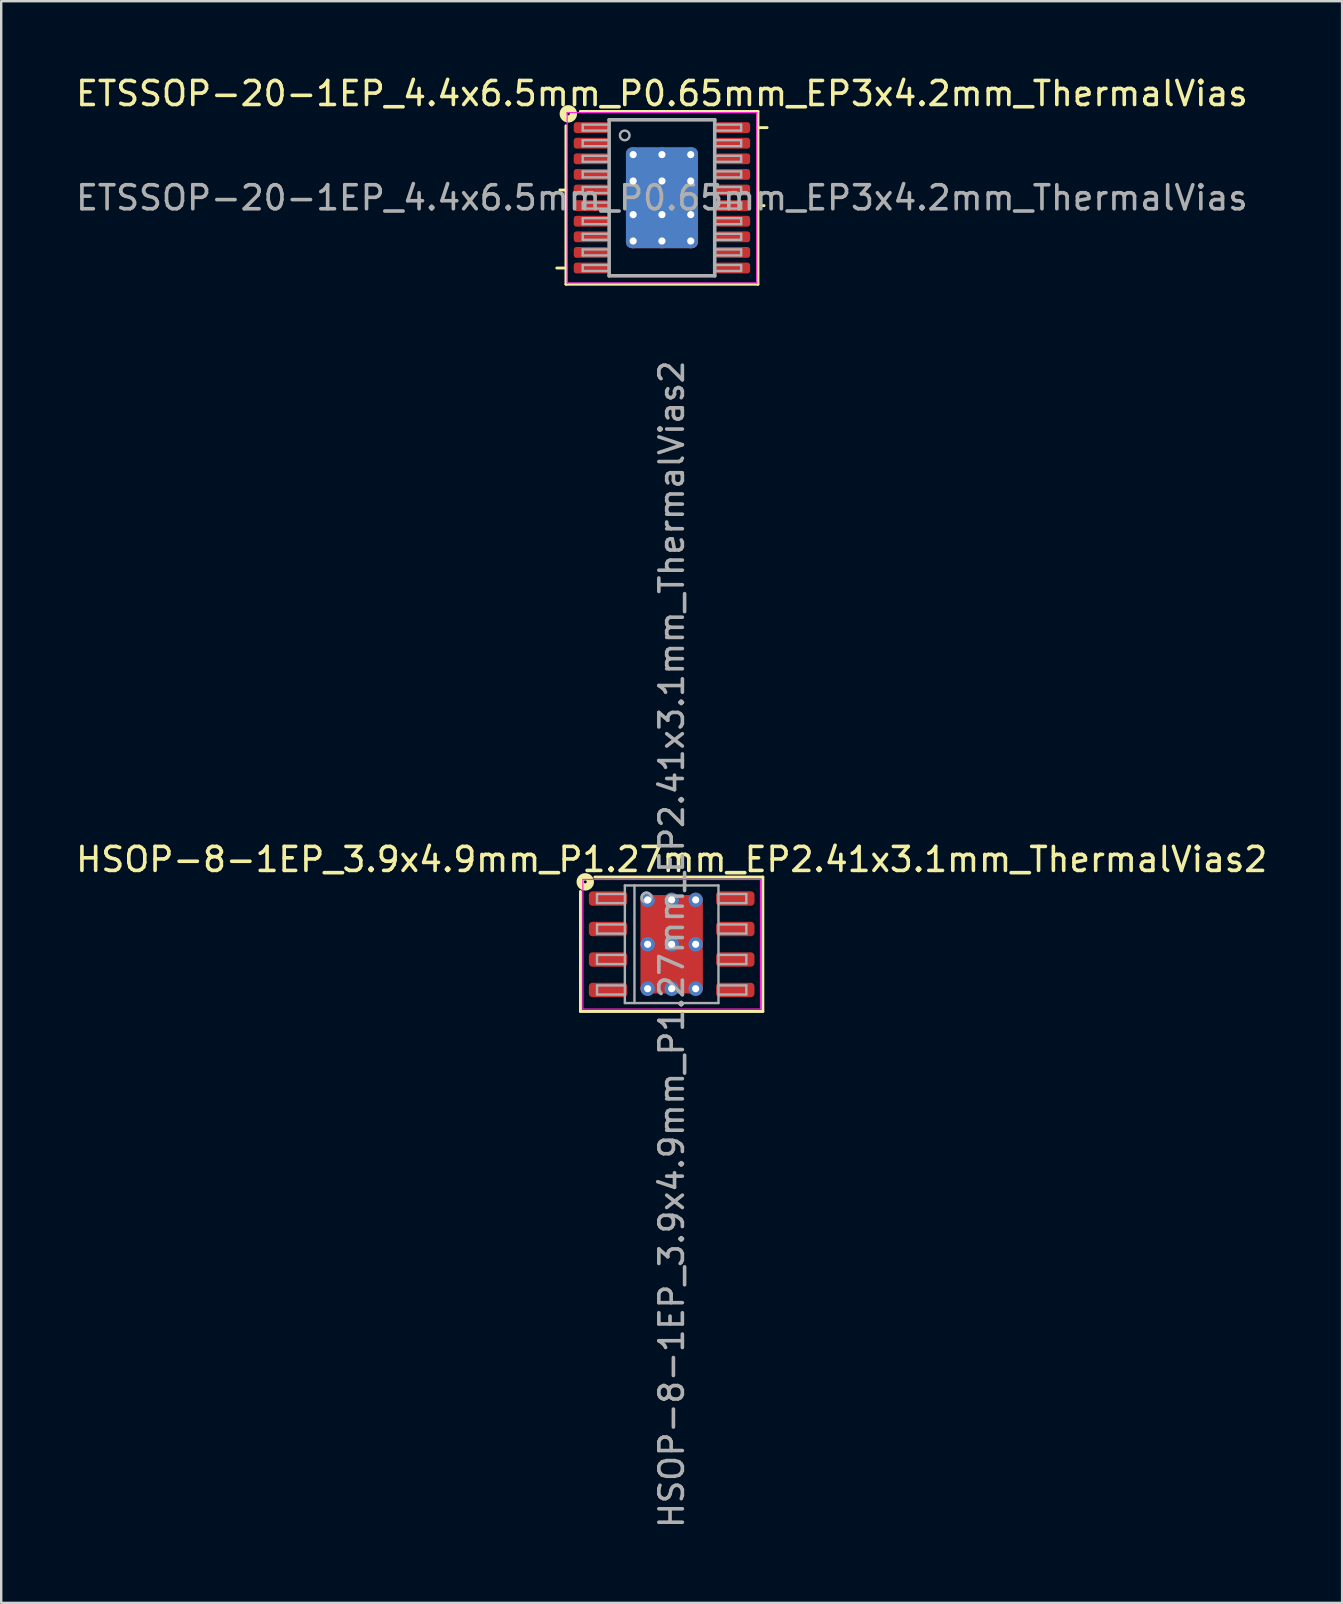
<source format=kicad_pcb>
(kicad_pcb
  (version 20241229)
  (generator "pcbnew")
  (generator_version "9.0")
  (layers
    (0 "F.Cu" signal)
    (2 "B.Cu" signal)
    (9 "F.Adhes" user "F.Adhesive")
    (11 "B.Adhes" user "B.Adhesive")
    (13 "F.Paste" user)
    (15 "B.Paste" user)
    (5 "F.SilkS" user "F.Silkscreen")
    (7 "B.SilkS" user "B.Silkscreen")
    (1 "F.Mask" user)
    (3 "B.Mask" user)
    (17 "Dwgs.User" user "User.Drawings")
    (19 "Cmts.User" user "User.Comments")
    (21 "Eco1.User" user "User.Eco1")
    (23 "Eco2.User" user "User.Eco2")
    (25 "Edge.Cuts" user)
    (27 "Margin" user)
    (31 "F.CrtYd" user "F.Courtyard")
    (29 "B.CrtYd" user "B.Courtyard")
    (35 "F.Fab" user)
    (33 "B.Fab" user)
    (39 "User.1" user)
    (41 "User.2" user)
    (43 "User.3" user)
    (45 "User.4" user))
  (footprint "HSOP-8-1EP_3.9x4.9mm_P1.27mm_EP2.41x3.1mm_ThermalVias2"
    (layer "F.Cu")
    (at 24.935 36.293)
    (property "Reference" "HSOP-8-1EP_3.9x4.9mm_P1.27mm_EP2.41x3.1mm_ThermalVias2" (at 0 -3.533 0) (layer "F.SilkS") (effects (font (size 1 1) (thickness 0.15))))
    (attr smd)
    (fp_line (start -3.8 2.8) (end -3.8 -2.2) (stroke (width 0.12) (type solid)) (layer "F.SilkS"))
    (fp_line (start -3.2 -2.8) (end 3.8 -2.8) (stroke (width 0.12) (type solid)) (layer "F.SilkS"))
    (fp_line (start 3.8 -2.8) (end 3.8 2.8) (stroke (width 0.12) (type solid)) (layer "F.SilkS"))
    (fp_line (start 3.8 2.8) (end -3.8 2.8) (stroke (width 0.12) (type solid)) (layer "F.SilkS"))
    (fp_circle (center -3.6 -2.6) (end -3.537 -2.6) (stroke (width 0.3) (type solid)) (fill no) (layer "F.SilkS"))
    (fp_line (start -3.7 -2.7) (end -3.7 2.7) (stroke (width 0.05) (type solid)) (layer "F.CrtYd"))
    (fp_line (start -3.7 2.7) (end 3.7 2.7) (stroke (width 0.05) (type solid)) (layer "F.CrtYd"))
    (fp_line (start 3.7 -2.7) (end -3.7 -2.7) (stroke (width 0.05) (type solid)) (layer "F.CrtYd"))
    (fp_line (start 3.7 2.7) (end 3.7 -2.7) (stroke (width 0.05) (type solid)) (layer "F.CrtYd"))
    (fp_line (start -3.111 -2.095) (end -3.111 -1.714) (stroke (width 0.1) (type solid)) (layer "F.Fab"))
    (fp_line (start -3.111 -2.095) (end -1.968 -2.095) (stroke (width 0.1) (type solid)) (layer "F.Fab"))
    (fp_line (start -3.111 -1.714) (end -1.968 -1.714) (stroke (width 0.1) (type solid)) (layer "F.Fab"))
    (fp_line (start -3.111 -0.826) (end -3.111 -0.445) (stroke (width 0.1) (type solid)) (layer "F.Fab"))
    (fp_line (start -3.111 -0.826) (end -1.968 -0.826) (stroke (width 0.1) (type solid)) (layer "F.Fab"))
    (fp_line (start -3.111 -0.445) (end -1.968 -0.445) (stroke (width 0.1) (type solid)) (layer "F.Fab"))
    (fp_line (start -3.111 0.445) (end -3.111 0.826) (stroke (width 0.1) (type solid)) (layer "F.Fab"))
    (fp_line (start -3.111 0.445) (end -1.968 0.445) (stroke (width 0.1) (type solid)) (layer "F.Fab"))
    (fp_line (start -3.111 0.826) (end -1.968 0.826) (stroke (width 0.1) (type solid)) (layer "F.Fab"))
    (fp_line (start -3.111 1.714) (end -3.111 2.095) (stroke (width 0.1) (type solid)) (layer "F.Fab"))
    (fp_line (start -3.111 1.714) (end -1.968 1.714) (stroke (width 0.1) (type solid)) (layer "F.Fab"))
    (fp_line (start -3.111 2.095) (end -1.968 2.095) (stroke (width 0.1) (type solid)) (layer "F.Fab"))
    (fp_line (start -1.95 -2.45) (end 1.95 -2.45) (stroke (width 0.1) (type solid)) (layer "F.Fab"))
    (fp_line (start -1.95 2.45) (end -1.95 -2.45) (stroke (width 0.1) (type solid)) (layer "F.Fab"))
    (fp_line (start -1.55 -2.45) (end -1.55 2.45) (stroke (width 0.1) (type solid)) (layer "F.Fab"))
    (fp_line (start 1.95 -2.45) (end 1.95 2.45) (stroke (width 0.1) (type solid)) (layer "F.Fab"))
    (fp_line (start 1.95 2.45) (end -1.95 2.45) (stroke (width 0.1) (type solid)) (layer "F.Fab"))
    (fp_line (start 3.111 -2.095) (end 1.968 -2.095) (stroke (width 0.1) (type solid)) (layer "F.Fab"))
    (fp_line (start 3.111 -1.714) (end 1.968 -1.714) (stroke (width 0.1) (type solid)) (layer "F.Fab"))
    (fp_line (start 3.111 -1.714) (end 3.111 -2.095) (stroke (width 0.1) (type solid)) (layer "F.Fab"))
    (fp_line (start 3.111 -0.826) (end 1.968 -0.826) (stroke (width 0.1) (type solid)) (layer "F.Fab"))
    (fp_line (start 3.111 -0.445) (end 1.968 -0.445) (stroke (width 0.1) (type solid)) (layer "F.Fab"))
    (fp_line (start 3.111 -0.445) (end 3.111 -0.826) (stroke (width 0.1) (type solid)) (layer "F.Fab"))
    (fp_line (start 3.111 0.445) (end 1.968 0.445) (stroke (width 0.1) (type solid)) (layer "F.Fab"))
    (fp_line (start 3.111 0.826) (end 1.968 0.826) (stroke (width 0.1) (type solid)) (layer "F.Fab"))
    (fp_line (start 3.111 0.826) (end 3.111 0.445) (stroke (width 0.1) (type solid)) (layer "F.Fab"))
    (fp_line (start 3.111 1.714) (end 1.968 1.714) (stroke (width 0.1) (type solid)) (layer "F.Fab"))
    (fp_line (start 3.111 2.095) (end 1.968 2.095) (stroke (width 0.1) (type solid)) (layer "F.Fab"))
    (fp_line (start 3.111 2.095) (end 3.111 1.714) (stroke (width 0.1) (type solid)) (layer "F.Fab"))
    (fp_circle (center -1.05 -1.95) (end -0.85 -1.95) (stroke (width 0.1) (type solid)) (fill no) (layer "F.Fab"))
    (fp_circle (center -1.05 -1.95) (end -0.85 -1.95) (stroke (width 0.1) (type solid)) (fill no) (layer "F.Fab"))
    (fp_text user "${REFERENCE}" (at 0 0 90) (layer "F.Fab") (effects (font (size 0.98 0.98) (thickness 0.15))))
    (pad "" smd roundrect (at -0.575 -0.925) (size 0.95 0.95) (layers "F.Paste") (roundrect_rratio 0.25))
    (pad "" smd roundrect (at -0.575 0.925) (size 0.95 0.95) (layers "F.Paste") (roundrect_rratio 0.25))
    (pad "" smd roundrect (at 0 -0.925) (size 2.4 1.25) (layers "F.Mask") (roundrect_rratio 0.2))
    (pad "" smd roundrect (at 0 0.925) (size 2.4 1.25) (layers "F.Mask") (roundrect_rratio 0.2))
    (pad "" smd roundrect (at 0.575 -0.925) (size 0.95 0.95) (layers "F.Paste") (roundrect_rratio 0.25))
    (pad "" smd roundrect (at 0.575 0.925) (size 0.95 0.95) (layers "F.Paste") (roundrect_rratio 0.25))
    (pad "1" smd roundrect (at -2.65 -1.905) (size 1.6 0.6) (layers "F.Cu" "F.Mask" "F.Paste") (roundrect_rratio 0.25))
    (pad "2" smd roundrect (at -2.65 -0.635) (size 1.6 0.6) (layers "F.Cu" "F.Mask" "F.Paste") (roundrect_rratio 0.25))
    (pad "3" smd roundrect (at -2.65 0.635) (size 1.6 0.6) (layers "F.Cu" "F.Mask" "F.Paste") (roundrect_rratio 0.25))
    (pad "4" smd roundrect (at -2.65 1.905) (size 1.6 0.6) (layers "F.Cu" "F.Mask" "F.Paste") (roundrect_rratio 0.25))
    (pad "5" smd roundrect (at 2.65 1.905) (size 1.6 0.6) (layers "F.Cu" "F.Mask" "F.Paste") (roundrect_rratio 0.25))
    (pad "6" smd roundrect (at 2.65 0.635) (size 1.6 0.6) (layers "F.Cu" "F.Mask" "F.Paste") (roundrect_rratio 0.25))
    (pad "7" smd roundrect (at 2.65 -0.635) (size 1.6 0.6) (layers "F.Cu" "F.Mask" "F.Paste") (roundrect_rratio 0.25))
    (pad "8" smd roundrect (at 2.65 -1.905) (size 1.6 0.6) (layers "F.Cu" "F.Mask" "F.Paste") (roundrect_rratio 0.25))
    (pad "9" thru_hole circle (at -1 -1.85) (size 0.6 0.6) (drill 0.3) (property pad_prop_heatsink) (layers "*.Cu" "*.Mask"))
    (pad "9" thru_hole circle (at -1 0) (size 0.6 0.6) (drill 0.3) (property pad_prop_heatsink) (layers "*.Cu" "*.Mask"))
    (pad "9" thru_hole circle (at -1 1.85) (size 0.6 0.6) (drill 0.3) (property pad_prop_heatsink) (layers "*.Cu" "*.Mask"))
    (pad "9" thru_hole circle (at 0 -1.85) (size 0.6 0.6) (drill 0.3) (property pad_prop_heatsink) (layers "*.Cu" "*.Mask"))
    (pad "9" thru_hole circle (at 0 0) (size 0.6 0.6) (drill 0.3) (property pad_prop_heatsink) (layers "*.Cu" "*.Mask"))
    (pad "9" smd roundrect (at 0 0) (size 2.6 4.1) (layers "F.Cu") (roundrect_rratio 0.096))
    (pad "9" thru_hole circle (at 0 1.85) (size 0.6 0.6) (drill 0.3) (property pad_prop_heatsink) (layers "*.Cu" "*.Mask"))
    (pad "9" thru_hole circle (at 1 -1.85) (size 0.6 0.6) (drill 0.3) (property pad_prop_heatsink) (layers "*.Cu" "*.Mask"))
    (pad "9" thru_hole circle (at 1 0) (size 0.6 0.6) (drill 0.3) (property pad_prop_heatsink) (layers "*.Cu" "*.Mask"))
    (pad "9" thru_hole circle (at 1 1.85) (size 0.6 0.6) (drill 0.3) (property pad_prop_heatsink) (layers "*.Cu" "*.Mask")))
  (footprint "ETSSOP-20-1EP_4.4x6.5mm_P0.65mm_EP3x4.2mm_ThermalVias"
    (layer "F.Cu")
    (at 24.53 5.192)
    (property "Reference" "ETSSOP-20-1EP_4.4x6.5mm_P0.65mm_EP3x4.2mm_ThermalVias" (at 0 -4.344 0) (layer "F.SilkS") (effects (font (size 1 1) (thickness 0.15))))
    (attr smd)
    (fp_line (start -4 -0.325) (end -4.254 -0.325) (stroke (width 0.12) (type solid)) (layer "F.SilkS"))
    (fp_line (start -4 2.925) (end -4.381 2.925) (stroke (width 0.12) (type solid)) (layer "F.SilkS"))
    (fp_line (start -4 3.6) (end -4 -3) (stroke (width 0.12) (type solid)) (layer "F.SilkS"))
    (fp_line (start -3.4 -3.6) (end 4 -3.6) (stroke (width 0.12) (type solid)) (layer "F.SilkS"))
    (fp_line (start 4 -3.6) (end 4 3.6) (stroke (width 0.12) (type solid)) (layer "F.SilkS"))
    (fp_line (start 4 -2.925) (end 4.381 -2.925) (stroke (width 0.12) (type solid)) (layer "F.SilkS"))
    (fp_line (start 4 0.325) (end 4.254 0.325) (stroke (width 0.12) (type solid)) (layer "F.SilkS"))
    (fp_line (start 4 3.6) (end -4 3.6) (stroke (width 0.12) (type solid)) (layer "F.SilkS"))
    (fp_circle (center -3.9 -3.5) (end -3.837 -3.5) (stroke (width 0.3) (type solid)) (fill no) (layer "F.SilkS"))
    (fp_line (start -3.95 -3.55) (end -3.95 3.55) (stroke (width 0.05) (type solid)) (layer "F.CrtYd"))
    (fp_line (start -3.95 -3.55) (end 3.95 -3.55) (stroke (width 0.05) (type solid)) (layer "F.CrtYd"))
    (fp_line (start -3.95 3.55) (end 3.95 3.55) (stroke (width 0.05) (type solid)) (layer "F.CrtYd"))
    (fp_line (start 3.95 -3.55) (end 3.95 3.55) (stroke (width 0.05) (type solid)) (layer "F.CrtYd"))
    (fp_line (start -3.3 -3.05) (end -3.3 -2.8) (stroke (width 0.1) (type solid)) (layer "F.Fab"))
    (fp_line (start -3.3 -3.05) (end -2.2 -3.05) (stroke (width 0.1) (type solid)) (layer "F.Fab"))
    (fp_line (start -3.3 -2.8) (end -2.2 -2.8) (stroke (width 0.1) (type solid)) (layer "F.Fab"))
    (fp_line (start -3.3 -2.4) (end -3.3 -2.15) (stroke (width 0.1) (type solid)) (layer "F.Fab"))
    (fp_line (start -3.3 -2.4) (end -2.2 -2.4) (stroke (width 0.1) (type solid)) (layer "F.Fab"))
    (fp_line (start -3.3 -2.15) (end -2.2 -2.15) (stroke (width 0.1) (type solid)) (layer "F.Fab"))
    (fp_line (start -3.3 -1.75) (end -3.3 -1.5) (stroke (width 0.1) (type solid)) (layer "F.Fab"))
    (fp_line (start -3.3 -1.75) (end -2.2 -1.75) (stroke (width 0.1) (type solid)) (layer "F.Fab"))
    (fp_line (start -3.3 -1.5) (end -2.2 -1.5) (stroke (width 0.1) (type solid)) (layer "F.Fab"))
    (fp_line (start -3.3 -1.1) (end -3.3 -0.85) (stroke (width 0.1) (type solid)) (layer "F.Fab"))
    (fp_line (start -3.3 -1.1) (end -2.2 -1.1) (stroke (width 0.1) (type solid)) (layer "F.Fab"))
    (fp_line (start -3.3 -0.85) (end -2.2 -0.85) (stroke (width 0.1) (type solid)) (layer "F.Fab"))
    (fp_line (start -3.3 -0.45) (end -3.3 -0.2) (stroke (width 0.1) (type solid)) (layer "F.Fab"))
    (fp_line (start -3.3 -0.45) (end -2.2 -0.45) (stroke (width 0.1) (type solid)) (layer "F.Fab"))
    (fp_line (start -3.3 -0.2) (end -2.2 -0.2) (stroke (width 0.1) (type solid)) (layer "F.Fab"))
    (fp_line (start -3.3 0.2) (end -3.3 0.45) (stroke (width 0.1) (type solid)) (layer "F.Fab"))
    (fp_line (start -3.3 0.2) (end -2.2 0.2) (stroke (width 0.1) (type solid)) (layer "F.Fab"))
    (fp_line (start -3.3 0.45) (end -2.2 0.45) (stroke (width 0.1) (type solid)) (layer "F.Fab"))
    (fp_line (start -3.3 0.85) (end -3.3 1.1) (stroke (width 0.1) (type solid)) (layer "F.Fab"))
    (fp_line (start -3.3 0.85) (end -2.2 0.85) (stroke (width 0.1) (type solid)) (layer "F.Fab"))
    (fp_line (start -3.3 1.1) (end -2.2 1.1) (stroke (width 0.1) (type solid)) (layer "F.Fab"))
    (fp_line (start -3.3 1.5) (end -3.3 1.75) (stroke (width 0.1) (type solid)) (layer "F.Fab"))
    (fp_line (start -3.3 1.5) (end -2.2 1.5) (stroke (width 0.1) (type solid)) (layer "F.Fab"))
    (fp_line (start -3.3 1.75) (end -2.2 1.75) (stroke (width 0.1) (type solid)) (layer "F.Fab"))
    (fp_line (start -3.3 2.15) (end -3.3 2.4) (stroke (width 0.1) (type solid)) (layer "F.Fab"))
    (fp_line (start -3.3 2.15) (end -2.2 2.15) (stroke (width 0.1) (type solid)) (layer "F.Fab"))
    (fp_line (start -3.3 2.4) (end -2.2 2.4) (stroke (width 0.1) (type solid)) (layer "F.Fab"))
    (fp_line (start -3.3 2.8) (end -3.3 3.05) (stroke (width 0.1) (type solid)) (layer "F.Fab"))
    (fp_line (start -3.3 2.8) (end -2.2 2.8) (stroke (width 0.1) (type solid)) (layer "F.Fab"))
    (fp_line (start -3.3 3.05) (end -2.2 3.05) (stroke (width 0.1) (type solid)) (layer "F.Fab"))
    (fp_line (start -2.2 -3.25) (end 2.2 -3.25) (stroke (width 0.15) (type solid)) (layer "F.Fab"))
    (fp_line (start -2.2 3.25) (end -2.2 -3.25) (stroke (width 0.15) (type solid)) (layer "F.Fab"))
    (fp_line (start 2.2 -3.25) (end 2.2 3.25) (stroke (width 0.15) (type solid)) (layer "F.Fab"))
    (fp_line (start 2.2 3.25) (end -2.2 3.25) (stroke (width 0.15) (type solid)) (layer "F.Fab"))
    (fp_line (start 3.3 -3.05) (end 2.2 -3.05) (stroke (width 0.1) (type solid)) (layer "F.Fab"))
    (fp_line (start 3.3 -2.8) (end 2.2 -2.8) (stroke (width 0.1) (type solid)) (layer "F.Fab"))
    (fp_line (start 3.3 -2.8) (end 3.3 -3.05) (stroke (width 0.1) (type solid)) (layer "F.Fab"))
    (fp_line (start 3.3 -2.4) (end 2.2 -2.4) (stroke (width 0.1) (type solid)) (layer "F.Fab"))
    (fp_line (start 3.3 -2.15) (end 2.2 -2.15) (stroke (width 0.1) (type solid)) (layer "F.Fab"))
    (fp_line (start 3.3 -2.15) (end 3.3 -2.4) (stroke (width 0.1) (type solid)) (layer "F.Fab"))
    (fp_line (start 3.3 -1.75) (end 2.2 -1.75) (stroke (width 0.1) (type solid)) (layer "F.Fab"))
    (fp_line (start 3.3 -1.5) (end 2.2 -1.5) (stroke (width 0.1) (type solid)) (layer "F.Fab"))
    (fp_line (start 3.3 -1.5) (end 3.3 -1.75) (stroke (width 0.1) (type solid)) (layer "F.Fab"))
    (fp_line (start 3.3 -1.1) (end 2.2 -1.1) (stroke (width 0.1) (type solid)) (layer "F.Fab"))
    (fp_line (start 3.3 -0.85) (end 2.2 -0.85) (stroke (width 0.1) (type solid)) (layer "F.Fab"))
    (fp_line (start 3.3 -0.85) (end 3.3 -1.1) (stroke (width 0.1) (type solid)) (layer "F.Fab"))
    (fp_line (start 3.3 -0.45) (end 2.2 -0.45) (stroke (width 0.1) (type solid)) (layer "F.Fab"))
    (fp_line (start 3.3 -0.2) (end 2.2 -0.2) (stroke (width 0.1) (type solid)) (layer "F.Fab"))
    (fp_line (start 3.3 -0.2) (end 3.3 -0.45) (stroke (width 0.1) (type solid)) (layer "F.Fab"))
    (fp_line (start 3.3 0.2) (end 2.2 0.2) (stroke (width 0.1) (type solid)) (layer "F.Fab"))
    (fp_line (start 3.3 0.45) (end 2.2 0.45) (stroke (width 0.1) (type solid)) (layer "F.Fab"))
    (fp_line (start 3.3 0.45) (end 3.3 0.2) (stroke (width 0.1) (type solid)) (layer "F.Fab"))
    (fp_line (start 3.3 0.85) (end 2.2 0.85) (stroke (width 0.1) (type solid)) (layer "F.Fab"))
    (fp_line (start 3.3 1.1) (end 2.2 1.1) (stroke (width 0.1) (type solid)) (layer "F.Fab"))
    (fp_line (start 3.3 1.1) (end 3.3 0.85) (stroke (width 0.1) (type solid)) (layer "F.Fab"))
    (fp_line (start 3.3 1.5) (end 2.2 1.5) (stroke (width 0.1) (type solid)) (layer "F.Fab"))
    (fp_line (start 3.3 1.75) (end 2.2 1.75) (stroke (width 0.1) (type solid)) (layer "F.Fab"))
    (fp_line (start 3.3 1.75) (end 3.3 1.5) (stroke (width 0.1) (type solid)) (layer "F.Fab"))
    (fp_line (start 3.3 2.15) (end 2.2 2.15) (stroke (width 0.1) (type solid)) (layer "F.Fab"))
    (fp_line (start 3.3 2.4) (end 2.2 2.4) (stroke (width 0.1) (type solid)) (layer "F.Fab"))
    (fp_line (start 3.3 2.4) (end 3.3 2.15) (stroke (width 0.1) (type solid)) (layer "F.Fab"))
    (fp_line (start 3.3 2.8) (end 2.2 2.8) (stroke (width 0.1) (type solid)) (layer "F.Fab"))
    (fp_line (start 3.3 3.05) (end 2.2 3.05) (stroke (width 0.1) (type solid)) (layer "F.Fab"))
    (fp_line (start 3.3 3.05) (end 3.3 2.8) (stroke (width 0.1) (type solid)) (layer "F.Fab"))
    (fp_circle (center -1.55 -2.6) (end -1.35 -2.6) (stroke (width 0.1) (type solid)) (fill no) (layer "F.Fab"))
    (fp_text user "${REFERENCE}" (at 0 0 0) (layer "F.Fab") (effects (font (size 1 1) (thickness 0.15))))
    (pad "" smd roundrect (at -0.75 -1.4) (size 1.2 1.14) (layers "F.Paste") (roundrect_rratio 0.219))
    (pad "" smd roundrect (at -0.75 0) (size 1.2 1.14) (layers "F.Paste") (roundrect_rratio 0.219))
    (pad "" smd roundrect (at -0.75 1.4) (size 1.2 1.14) (layers "F.Paste") (roundrect_rratio 0.219))
    (pad "" smd roundrect (at 0.75 -1.4) (size 1.2 1.14) (layers "F.Paste") (roundrect_rratio 0.219))
    (pad "" smd roundrect (at 0.75 0) (size 1.2 1.14) (layers "F.Paste") (roundrect_rratio 0.219))
    (pad "" smd roundrect (at 0.75 1.4) (size 1.2 1.14) (layers "F.Paste") (roundrect_rratio 0.219))
    (pad "1" smd roundrect (at -2.95 -2.925) (size 1.45 0.45) (layers "F.Cu" "F.Mask" "F.Paste") (roundrect_rratio 0.25))
    (pad "2" smd roundrect (at -2.95 -2.275) (size 1.45 0.45) (layers "F.Cu" "F.Mask" "F.Paste") (roundrect_rratio 0.25))
    (pad "3" smd roundrect (at -2.95 -1.625) (size 1.45 0.45) (layers "F.Cu" "F.Mask" "F.Paste") (roundrect_rratio 0.25))
    (pad "4" smd roundrect (at -2.95 -0.975) (size 1.45 0.45) (layers "F.Cu" "F.Mask" "F.Paste") (roundrect_rratio 0.25))
    (pad "5" smd roundrect (at -2.95 -0.325) (size 1.45 0.45) (layers "F.Cu" "F.Mask" "F.Paste") (roundrect_rratio 0.25))
    (pad "6" smd roundrect (at -2.95 0.325) (size 1.45 0.45) (layers "F.Cu" "F.Mask" "F.Paste") (roundrect_rratio 0.25))
    (pad "7" smd roundrect (at -2.95 0.975) (size 1.45 0.45) (layers "F.Cu" "F.Mask" "F.Paste") (roundrect_rratio 0.25))
    (pad "8" smd roundrect (at -2.95 1.625) (size 1.45 0.45) (layers "F.Cu" "F.Mask" "F.Paste") (roundrect_rratio 0.25))
    (pad "9" smd roundrect (at -2.95 2.275) (size 1.45 0.45) (layers "F.Cu" "F.Mask" "F.Paste") (roundrect_rratio 0.25))
    (pad "10" smd roundrect (at -2.95 2.925) (size 1.45 0.45) (layers "F.Cu" "F.Mask" "F.Paste") (roundrect_rratio 0.25))
    (pad "11" smd roundrect (at 2.95 2.925) (size 1.45 0.45) (layers "F.Cu" "F.Mask" "F.Paste") (roundrect_rratio 0.25))
    (pad "12" smd roundrect (at 2.95 2.275) (size 1.45 0.45) (layers "F.Cu" "F.Mask" "F.Paste") (roundrect_rratio 0.25))
    (pad "13" smd roundrect (at 2.95 1.625) (size 1.45 0.45) (layers "F.Cu" "F.Mask" "F.Paste") (roundrect_rratio 0.25))
    (pad "14" smd roundrect (at 2.95 0.975) (size 1.45 0.45) (layers "F.Cu" "F.Mask" "F.Paste") (roundrect_rratio 0.25))
    (pad "15" smd roundrect (at 2.95 0.325) (size 1.45 0.45) (layers "F.Cu" "F.Mask" "F.Paste") (roundrect_rratio 0.25))
    (pad "16" smd roundrect (at 2.95 -0.325) (size 1.45 0.45) (layers "F.Cu" "F.Mask" "F.Paste") (roundrect_rratio 0.25))
    (pad "17" smd roundrect (at 2.95 -0.975) (size 1.45 0.45) (layers "F.Cu" "F.Mask" "F.Paste") (roundrect_rratio 0.25))
    (pad "18" smd roundrect (at 2.95 -1.625) (size 1.45 0.45) (layers "F.Cu" "F.Mask" "F.Paste") (roundrect_rratio 0.25))
    (pad "19" smd roundrect (at 2.95 -2.275) (size 1.45 0.45) (layers "F.Cu" "F.Mask" "F.Paste") (roundrect_rratio 0.25))
    (pad "20" smd roundrect (at 2.95 -2.925) (size 1.45 0.45) (layers "F.Cu" "F.Mask" "F.Paste") (roundrect_rratio 0.25))
    (pad "21" thru_hole circle (at -1.2 -1.8) (size 0.6 0.6) (drill 0.3) (property pad_prop_heatsink) (layers "*.Cu"))
    (pad "21" thru_hole circle (at -1.2 -0.7) (size 0.6 0.6) (drill 0.3) (property pad_prop_heatsink) (layers "*.Cu"))
    (pad "21" thru_hole circle (at -1.2 0.7) (size 0.6 0.6) (drill 0.3) (property pad_prop_heatsink) (layers "*.Cu"))
    (pad "21" thru_hole circle (at -1.2 1.8) (size 0.6 0.6) (drill 0.3) (property pad_prop_heatsink) (layers "*.Cu"))
    (pad "21" thru_hole circle (at 0 -1.8) (size 0.6 0.6) (drill 0.3) (property pad_prop_heatsink) (layers "*.Cu"))
    (pad "21" thru_hole circle (at 0 -0.7) (size 0.6 0.6) (drill 0.3) (property pad_prop_heatsink) (layers "*.Cu"))
    (pad "21" smd roundrect (at 0 0) (size 3 4.2) (layers "F.Cu" "F.Mask") (roundrect_rratio 0.083))
    (pad "21" smd roundrect (at 0 0) (size 3 4.2) (layers "B.Cu" "B.Mask") (roundrect_rratio 0.083))
    (pad "21" thru_hole circle (at 0 0.7) (size 0.6 0.6) (drill 0.3) (property pad_prop_heatsink) (layers "*.Cu"))
    (pad "21" thru_hole circle (at 0 1.8) (size 0.6 0.6) (drill 0.3) (property pad_prop_heatsink) (layers "*.Cu"))
    (pad "21" thru_hole circle (at 1.2 -1.8) (size 0.6 0.6) (drill 0.3) (property pad_prop_heatsink) (layers "*.Cu"))
    (pad "21" thru_hole circle (at 1.2 -0.7) (size 0.6 0.6) (drill 0.3) (property pad_prop_heatsink) (layers "*.Cu"))
    (pad "21" thru_hole circle (at 1.2 0.7) (size 0.6 0.6) (drill 0.3) (property pad_prop_heatsink) (layers "*.Cu"))
    (pad "21" thru_hole circle (at 1.2 1.8) (size 0.6 0.6) (drill 0.3) (property pad_prop_heatsink) (layers "*.Cu")))
  (gr_rect
    (start -3 -3)
    (end 52.869 63.733)
    (stroke (width 0.1) (type default))
    (fill no)
    (layer "Edge.Cuts")))
</source>
